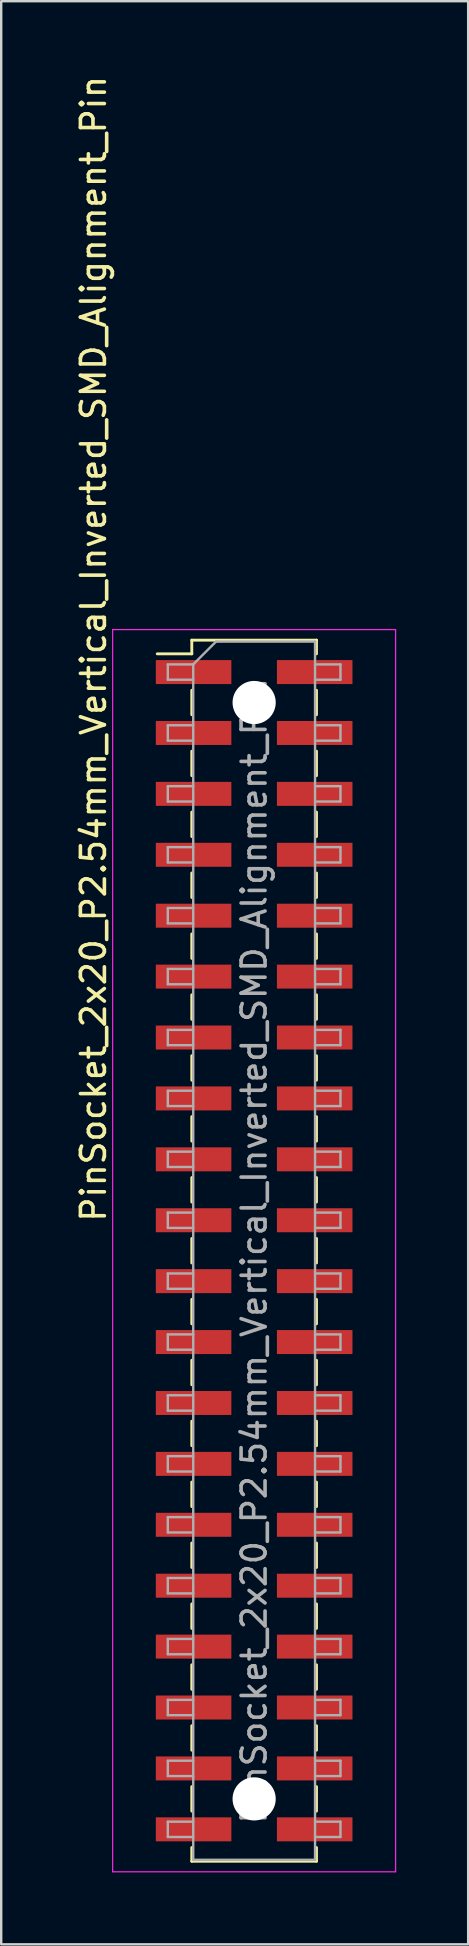
<source format=kicad_pcb>
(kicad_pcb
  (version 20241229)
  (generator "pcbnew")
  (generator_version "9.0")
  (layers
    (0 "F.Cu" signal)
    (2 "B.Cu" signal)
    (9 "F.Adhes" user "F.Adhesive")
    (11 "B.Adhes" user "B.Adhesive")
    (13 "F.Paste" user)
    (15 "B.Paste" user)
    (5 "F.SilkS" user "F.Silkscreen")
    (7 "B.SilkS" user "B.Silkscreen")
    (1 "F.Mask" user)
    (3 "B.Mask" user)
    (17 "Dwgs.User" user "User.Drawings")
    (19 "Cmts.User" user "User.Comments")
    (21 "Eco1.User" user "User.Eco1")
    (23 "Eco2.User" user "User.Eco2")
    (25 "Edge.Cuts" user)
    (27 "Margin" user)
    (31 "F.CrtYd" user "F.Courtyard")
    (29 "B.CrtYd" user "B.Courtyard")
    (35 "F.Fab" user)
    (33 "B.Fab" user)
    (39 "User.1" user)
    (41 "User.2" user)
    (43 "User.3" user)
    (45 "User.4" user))
  (footprint "PinSocket_2x20_P2.54mm_Vertical_Inverted_SMD_Alignment_Pin"
    (layer "F.Cu")
    (at 7.548 49.106)
    (property "Reference" "PinSocket_2x20_P2.54mm_Vertical_Inverted_SMD_Alignment_Pin" (at -6.7 -25.1 90) (layer "F.SilkS") (effects (font (size 1 1) (thickness 0.15))))
    (attr smd)
    (fp_line (start -4.04 -24.89) (end -2.6 -24.89) (stroke (width 0.12) (type solid)) (layer "F.SilkS"))
    (fp_line (start -2.6 -25.46) (end -2.6 -24.89) (stroke (width 0.12) (type solid)) (layer "F.SilkS"))
    (fp_line (start -2.6 -25.46) (end 2.6 -25.46) (stroke (width 0.12) (type solid)) (layer "F.SilkS"))
    (fp_line (start -2.6 -23.37) (end -2.6 -22.35) (stroke (width 0.12) (type solid)) (layer "F.SilkS"))
    (fp_line (start -2.6 -20.83) (end -2.6 -19.81) (stroke (width 0.12) (type solid)) (layer "F.SilkS"))
    (fp_line (start -2.6 -18.29) (end -2.6 -17.27) (stroke (width 0.12) (type solid)) (layer "F.SilkS"))
    (fp_line (start -2.6 -15.75) (end -2.6 -14.73) (stroke (width 0.12) (type solid)) (layer "F.SilkS"))
    (fp_line (start -2.6 -13.21) (end -2.6 -12.19) (stroke (width 0.12) (type solid)) (layer "F.SilkS"))
    (fp_line (start -2.6 -10.67) (end -2.6 -9.65) (stroke (width 0.12) (type solid)) (layer "F.SilkS"))
    (fp_line (start -2.6 -8.13) (end -2.6 -7.11) (stroke (width 0.12) (type solid)) (layer "F.SilkS"))
    (fp_line (start -2.6 -5.59) (end -2.6 -4.57) (stroke (width 0.12) (type solid)) (layer "F.SilkS"))
    (fp_line (start -2.6 -3.05) (end -2.6 -2.03) (stroke (width 0.12) (type solid)) (layer "F.SilkS"))
    (fp_line (start -2.6 -0.51) (end -2.6 0.51) (stroke (width 0.12) (type solid)) (layer "F.SilkS"))
    (fp_line (start -2.6 2.03) (end -2.6 3.05) (stroke (width 0.12) (type solid)) (layer "F.SilkS"))
    (fp_line (start -2.6 4.57) (end -2.6 5.59) (stroke (width 0.12) (type solid)) (layer "F.SilkS"))
    (fp_line (start -2.6 7.11) (end -2.6 8.13) (stroke (width 0.12) (type solid)) (layer "F.SilkS"))
    (fp_line (start -2.6 9.65) (end -2.6 10.67) (stroke (width 0.12) (type solid)) (layer "F.SilkS"))
    (fp_line (start -2.6 12.19) (end -2.6 13.21) (stroke (width 0.12) (type solid)) (layer "F.SilkS"))
    (fp_line (start -2.6 14.73) (end -2.6 15.75) (stroke (width 0.12) (type solid)) (layer "F.SilkS"))
    (fp_line (start -2.6 17.27) (end -2.6 18.29) (stroke (width 0.12) (type solid)) (layer "F.SilkS"))
    (fp_line (start -2.6 19.81) (end -2.6 20.83) (stroke (width 0.12) (type solid)) (layer "F.SilkS"))
    (fp_line (start -2.6 22.35) (end -2.6 23.37) (stroke (width 0.12) (type solid)) (layer "F.SilkS"))
    (fp_line (start -2.6 24.89) (end -2.6 25.46) (stroke (width 0.12) (type solid)) (layer "F.SilkS"))
    (fp_line (start -2.6 25.46) (end 2.6 25.46) (stroke (width 0.12) (type solid)) (layer "F.SilkS"))
    (fp_line (start 2.6 -25.46) (end 2.6 -24.89) (stroke (width 0.12) (type solid)) (layer "F.SilkS"))
    (fp_line (start 2.6 -23.37) (end 2.6 -22.35) (stroke (width 0.12) (type solid)) (layer "F.SilkS"))
    (fp_line (start 2.6 -20.83) (end 2.6 -19.81) (stroke (width 0.12) (type solid)) (layer "F.SilkS"))
    (fp_line (start 2.6 -18.29) (end 2.6 -17.27) (stroke (width 0.12) (type solid)) (layer "F.SilkS"))
    (fp_line (start 2.6 -15.75) (end 2.6 -14.73) (stroke (width 0.12) (type solid)) (layer "F.SilkS"))
    (fp_line (start 2.6 -13.21) (end 2.6 -12.19) (stroke (width 0.12) (type solid)) (layer "F.SilkS"))
    (fp_line (start 2.6 -10.67) (end 2.6 -9.65) (stroke (width 0.12) (type solid)) (layer "F.SilkS"))
    (fp_line (start 2.6 -8.13) (end 2.6 -7.11) (stroke (width 0.12) (type solid)) (layer "F.SilkS"))
    (fp_line (start 2.6 -5.59) (end 2.6 -4.57) (stroke (width 0.12) (type solid)) (layer "F.SilkS"))
    (fp_line (start 2.6 -3.05) (end 2.6 -2.03) (stroke (width 0.12) (type solid)) (layer "F.SilkS"))
    (fp_line (start 2.6 -0.51) (end 2.6 0.51) (stroke (width 0.12) (type solid)) (layer "F.SilkS"))
    (fp_line (start 2.6 2.03) (end 2.6 3.05) (stroke (width 0.12) (type solid)) (layer "F.SilkS"))
    (fp_line (start 2.6 4.57) (end 2.6 5.59) (stroke (width 0.12) (type solid)) (layer "F.SilkS"))
    (fp_line (start 2.6 7.11) (end 2.6 8.13) (stroke (width 0.12) (type solid)) (layer "F.SilkS"))
    (fp_line (start 2.6 9.65) (end 2.6 10.67) (stroke (width 0.12) (type solid)) (layer "F.SilkS"))
    (fp_line (start 2.6 12.19) (end 2.6 13.21) (stroke (width 0.12) (type solid)) (layer "F.SilkS"))
    (fp_line (start 2.6 14.73) (end 2.6 15.75) (stroke (width 0.12) (type solid)) (layer "F.SilkS"))
    (fp_line (start 2.6 17.27) (end 2.6 18.29) (stroke (width 0.12) (type solid)) (layer "F.SilkS"))
    (fp_line (start 2.6 19.81) (end 2.6 20.83) (stroke (width 0.12) (type solid)) (layer "F.SilkS"))
    (fp_line (start 2.6 22.35) (end 2.6 23.37) (stroke (width 0.12) (type solid)) (layer "F.SilkS"))
    (fp_line (start 2.6 24.89) (end 2.6 25.46) (stroke (width 0.12) (type solid)) (layer "F.SilkS"))
    (fp_line (start -5.9 -25.9) (end -5.9 25.9) (stroke (width 0.05) (type solid)) (layer "F.CrtYd"))
    (fp_line (start -5.9 25.9) (end 5.9 25.9) (stroke (width 0.05) (type solid)) (layer "F.CrtYd"))
    (fp_line (start 5.9 -25.9) (end -5.9 -25.9) (stroke (width 0.05) (type solid)) (layer "F.CrtYd"))
    (fp_line (start 5.9 25.9) (end 5.9 -25.9) (stroke (width 0.05) (type solid)) (layer "F.CrtYd"))
    (fp_line (start -3.6 -24.45) (end -3.6 -23.81) (stroke (width 0.1) (type solid)) (layer "F.Fab"))
    (fp_line (start -3.6 -23.81) (end -2.54 -23.81) (stroke (width 0.1) (type solid)) (layer "F.Fab"))
    (fp_line (start -3.6 -21.91) (end -3.6 -21.27) (stroke (width 0.1) (type solid)) (layer "F.Fab"))
    (fp_line (start -3.6 -21.27) (end -2.54 -21.27) (stroke (width 0.1) (type solid)) (layer "F.Fab"))
    (fp_line (start -3.6 -19.37) (end -3.6 -18.73) (stroke (width 0.1) (type solid)) (layer "F.Fab"))
    (fp_line (start -3.6 -18.73) (end -2.54 -18.73) (stroke (width 0.1) (type solid)) (layer "F.Fab"))
    (fp_line (start -3.6 -16.83) (end -3.6 -16.19) (stroke (width 0.1) (type solid)) (layer "F.Fab"))
    (fp_line (start -3.6 -16.19) (end -2.54 -16.19) (stroke (width 0.1) (type solid)) (layer "F.Fab"))
    (fp_line (start -3.6 -14.29) (end -3.6 -13.65) (stroke (width 0.1) (type solid)) (layer "F.Fab"))
    (fp_line (start -3.6 -13.65) (end -2.54 -13.65) (stroke (width 0.1) (type solid)) (layer "F.Fab"))
    (fp_line (start -3.6 -11.75) (end -3.6 -11.11) (stroke (width 0.1) (type solid)) (layer "F.Fab"))
    (fp_line (start -3.6 -11.11) (end -2.54 -11.11) (stroke (width 0.1) (type solid)) (layer "F.Fab"))
    (fp_line (start -3.6 -9.21) (end -3.6 -8.57) (stroke (width 0.1) (type solid)) (layer "F.Fab"))
    (fp_line (start -3.6 -8.57) (end -2.54 -8.57) (stroke (width 0.1) (type solid)) (layer "F.Fab"))
    (fp_line (start -3.6 -6.67) (end -3.6 -6.03) (stroke (width 0.1) (type solid)) (layer "F.Fab"))
    (fp_line (start -3.6 -6.03) (end -2.54 -6.03) (stroke (width 0.1) (type solid)) (layer "F.Fab"))
    (fp_line (start -3.6 -4.13) (end -3.6 -3.49) (stroke (width 0.1) (type solid)) (layer "F.Fab"))
    (fp_line (start -3.6 -3.49) (end -2.54 -3.49) (stroke (width 0.1) (type solid)) (layer "F.Fab"))
    (fp_line (start -3.6 -1.59) (end -3.6 -0.95) (stroke (width 0.1) (type solid)) (layer "F.Fab"))
    (fp_line (start -3.6 -0.95) (end -2.54 -0.95) (stroke (width 0.1) (type solid)) (layer "F.Fab"))
    (fp_line (start -3.6 0.95) (end -3.6 1.59) (stroke (width 0.1) (type solid)) (layer "F.Fab"))
    (fp_line (start -3.6 1.59) (end -2.54 1.59) (stroke (width 0.1) (type solid)) (layer "F.Fab"))
    (fp_line (start -3.6 3.49) (end -3.6 4.13) (stroke (width 0.1) (type solid)) (layer "F.Fab"))
    (fp_line (start -3.6 4.13) (end -2.54 4.13) (stroke (width 0.1) (type solid)) (layer "F.Fab"))
    (fp_line (start -3.6 6.03) (end -3.6 6.67) (stroke (width 0.1) (type solid)) (layer "F.Fab"))
    (fp_line (start -3.6 6.67) (end -2.54 6.67) (stroke (width 0.1) (type solid)) (layer "F.Fab"))
    (fp_line (start -3.6 8.57) (end -3.6 9.21) (stroke (width 0.1) (type solid)) (layer "F.Fab"))
    (fp_line (start -3.6 9.21) (end -2.54 9.21) (stroke (width 0.1) (type solid)) (layer "F.Fab"))
    (fp_line (start -3.6 11.11) (end -3.6 11.75) (stroke (width 0.1) (type solid)) (layer "F.Fab"))
    (fp_line (start -3.6 11.75) (end -2.54 11.75) (stroke (width 0.1) (type solid)) (layer "F.Fab"))
    (fp_line (start -3.6 13.65) (end -3.6 14.29) (stroke (width 0.1) (type solid)) (layer "F.Fab"))
    (fp_line (start -3.6 14.29) (end -2.54 14.29) (stroke (width 0.1) (type solid)) (layer "F.Fab"))
    (fp_line (start -3.6 16.19) (end -3.6 16.83) (stroke (width 0.1) (type solid)) (layer "F.Fab"))
    (fp_line (start -3.6 16.83) (end -2.54 16.83) (stroke (width 0.1) (type solid)) (layer "F.Fab"))
    (fp_line (start -3.6 18.73) (end -3.6 19.37) (stroke (width 0.1) (type solid)) (layer "F.Fab"))
    (fp_line (start -3.6 19.37) (end -2.54 19.37) (stroke (width 0.1) (type solid)) (layer "F.Fab"))
    (fp_line (start -3.6 21.27) (end -3.6 21.91) (stroke (width 0.1) (type solid)) (layer "F.Fab"))
    (fp_line (start -3.6 21.91) (end -2.54 21.91) (stroke (width 0.1) (type solid)) (layer "F.Fab"))
    (fp_line (start -3.6 23.81) (end -3.6 24.45) (stroke (width 0.1) (type solid)) (layer "F.Fab"))
    (fp_line (start -3.6 24.45) (end -2.54 24.45) (stroke (width 0.1) (type solid)) (layer "F.Fab"))
    (fp_line (start -2.54 -24.45) (end -3.6 -24.45) (stroke (width 0.1) (type solid)) (layer "F.Fab"))
    (fp_line (start -2.54 -24.45) (end -1.59 -25.4) (stroke (width 0.1) (type solid)) (layer "F.Fab"))
    (fp_line (start -2.54 -21.91) (end -3.6 -21.91) (stroke (width 0.1) (type solid)) (layer "F.Fab"))
    (fp_line (start -2.54 -19.37) (end -3.6 -19.37) (stroke (width 0.1) (type solid)) (layer "F.Fab"))
    (fp_line (start -2.54 -16.83) (end -3.6 -16.83) (stroke (width 0.1) (type solid)) (layer "F.Fab"))
    (fp_line (start -2.54 -14.29) (end -3.6 -14.29) (stroke (width 0.1) (type solid)) (layer "F.Fab"))
    (fp_line (start -2.54 -11.75) (end -3.6 -11.75) (stroke (width 0.1) (type solid)) (layer "F.Fab"))
    (fp_line (start -2.54 -9.21) (end -3.6 -9.21) (stroke (width 0.1) (type solid)) (layer "F.Fab"))
    (fp_line (start -2.54 -6.67) (end -3.6 -6.67) (stroke (width 0.1) (type solid)) (layer "F.Fab"))
    (fp_line (start -2.54 -4.13) (end -3.6 -4.13) (stroke (width 0.1) (type solid)) (layer "F.Fab"))
    (fp_line (start -2.54 -1.59) (end -3.6 -1.59) (stroke (width 0.1) (type solid)) (layer "F.Fab"))
    (fp_line (start -2.54 0.95) (end -3.6 0.95) (stroke (width 0.1) (type solid)) (layer "F.Fab"))
    (fp_line (start -2.54 3.49) (end -3.6 3.49) (stroke (width 0.1) (type solid)) (layer "F.Fab"))
    (fp_line (start -2.54 6.03) (end -3.6 6.03) (stroke (width 0.1) (type solid)) (layer "F.Fab"))
    (fp_line (start -2.54 8.57) (end -3.6 8.57) (stroke (width 0.1) (type solid)) (layer "F.Fab"))
    (fp_line (start -2.54 11.11) (end -3.6 11.11) (stroke (width 0.1) (type solid)) (layer "F.Fab"))
    (fp_line (start -2.54 13.65) (end -3.6 13.65) (stroke (width 0.1) (type solid)) (layer "F.Fab"))
    (fp_line (start -2.54 16.19) (end -3.6 16.19) (stroke (width 0.1) (type solid)) (layer "F.Fab"))
    (fp_line (start -2.54 18.73) (end -3.6 18.73) (stroke (width 0.1) (type solid)) (layer "F.Fab"))
    (fp_line (start -2.54 21.27) (end -3.6 21.27) (stroke (width 0.1) (type solid)) (layer "F.Fab"))
    (fp_line (start -2.54 23.81) (end -3.6 23.81) (stroke (width 0.1) (type solid)) (layer "F.Fab"))
    (fp_line (start -2.54 25.4) (end -2.54 -24.45) (stroke (width 0.1) (type solid)) (layer "F.Fab"))
    (fp_line (start -1.59 -25.4) (end 2.54 -25.4) (stroke (width 0.1) (type solid)) (layer "F.Fab"))
    (fp_line (start 2.54 -25.4) (end 2.54 25.4) (stroke (width 0.1) (type solid)) (layer "F.Fab"))
    (fp_line (start 2.54 -24.45) (end 3.6 -24.45) (stroke (width 0.1) (type solid)) (layer "F.Fab"))
    (fp_line (start 2.54 -21.91) (end 3.6 -21.91) (stroke (width 0.1) (type solid)) (layer "F.Fab"))
    (fp_line (start 2.54 -19.37) (end 3.6 -19.37) (stroke (width 0.1) (type solid)) (layer "F.Fab"))
    (fp_line (start 2.54 -16.83) (end 3.6 -16.83) (stroke (width 0.1) (type solid)) (layer "F.Fab"))
    (fp_line (start 2.54 -14.29) (end 3.6 -14.29) (stroke (width 0.1) (type solid)) (layer "F.Fab"))
    (fp_line (start 2.54 -11.75) (end 3.6 -11.75) (stroke (width 0.1) (type solid)) (layer "F.Fab"))
    (fp_line (start 2.54 -9.21) (end 3.6 -9.21) (stroke (width 0.1) (type solid)) (layer "F.Fab"))
    (fp_line (start 2.54 -6.67) (end 3.6 -6.67) (stroke (width 0.1) (type solid)) (layer "F.Fab"))
    (fp_line (start 2.54 -4.13) (end 3.6 -4.13) (stroke (width 0.1) (type solid)) (layer "F.Fab"))
    (fp_line (start 2.54 -1.59) (end 3.6 -1.59) (stroke (width 0.1) (type solid)) (layer "F.Fab"))
    (fp_line (start 2.54 0.95) (end 3.6 0.95) (stroke (width 0.1) (type solid)) (layer "F.Fab"))
    (fp_line (start 2.54 3.49) (end 3.6 3.49) (stroke (width 0.1) (type solid)) (layer "F.Fab"))
    (fp_line (start 2.54 6.03) (end 3.6 6.03) (stroke (width 0.1) (type solid)) (layer "F.Fab"))
    (fp_line (start 2.54 8.57) (end 3.6 8.57) (stroke (width 0.1) (type solid)) (layer "F.Fab"))
    (fp_line (start 2.54 11.11) (end 3.6 11.11) (stroke (width 0.1) (type solid)) (layer "F.Fab"))
    (fp_line (start 2.54 13.65) (end 3.6 13.65) (stroke (width 0.1) (type solid)) (layer "F.Fab"))
    (fp_line (start 2.54 16.19) (end 3.6 16.19) (stroke (width 0.1) (type solid)) (layer "F.Fab"))
    (fp_line (start 2.54 18.73) (end 3.6 18.73) (stroke (width 0.1) (type solid)) (layer "F.Fab"))
    (fp_line (start 2.54 21.27) (end 3.6 21.27) (stroke (width 0.1) (type solid)) (layer "F.Fab"))
    (fp_line (start 2.54 23.81) (end 3.6 23.81) (stroke (width 0.1) (type solid)) (layer "F.Fab"))
    (fp_line (start 2.54 25.4) (end -2.54 25.4) (stroke (width 0.1) (type solid)) (layer "F.Fab"))
    (fp_line (start 3.6 -24.45) (end 3.6 -23.81) (stroke (width 0.1) (type solid)) (layer "F.Fab"))
    (fp_line (start 3.6 -23.81) (end 2.54 -23.81) (stroke (width 0.1) (type solid)) (layer "F.Fab"))
    (fp_line (start 3.6 -21.91) (end 3.6 -21.27) (stroke (width 0.1) (type solid)) (layer "F.Fab"))
    (fp_line (start 3.6 -21.27) (end 2.54 -21.27) (stroke (width 0.1) (type solid)) (layer "F.Fab"))
    (fp_line (start 3.6 -19.37) (end 3.6 -18.73) (stroke (width 0.1) (type solid)) (layer "F.Fab"))
    (fp_line (start 3.6 -18.73) (end 2.54 -18.73) (stroke (width 0.1) (type solid)) (layer "F.Fab"))
    (fp_line (start 3.6 -16.83) (end 3.6 -16.19) (stroke (width 0.1) (type solid)) (layer "F.Fab"))
    (fp_line (start 3.6 -16.19) (end 2.54 -16.19) (stroke (width 0.1) (type solid)) (layer "F.Fab"))
    (fp_line (start 3.6 -14.29) (end 3.6 -13.65) (stroke (width 0.1) (type solid)) (layer "F.Fab"))
    (fp_line (start 3.6 -13.65) (end 2.54 -13.65) (stroke (width 0.1) (type solid)) (layer "F.Fab"))
    (fp_line (start 3.6 -11.75) (end 3.6 -11.11) (stroke (width 0.1) (type solid)) (layer "F.Fab"))
    (fp_line (start 3.6 -11.11) (end 2.54 -11.11) (stroke (width 0.1) (type solid)) (layer "F.Fab"))
    (fp_line (start 3.6 -9.21) (end 3.6 -8.57) (stroke (width 0.1) (type solid)) (layer "F.Fab"))
    (fp_line (start 3.6 -8.57) (end 2.54 -8.57) (stroke (width 0.1) (type solid)) (layer "F.Fab"))
    (fp_line (start 3.6 -6.67) (end 3.6 -6.03) (stroke (width 0.1) (type solid)) (layer "F.Fab"))
    (fp_line (start 3.6 -6.03) (end 2.54 -6.03) (stroke (width 0.1) (type solid)) (layer "F.Fab"))
    (fp_line (start 3.6 -4.13) (end 3.6 -3.49) (stroke (width 0.1) (type solid)) (layer "F.Fab"))
    (fp_line (start 3.6 -3.49) (end 2.54 -3.49) (stroke (width 0.1) (type solid)) (layer "F.Fab"))
    (fp_line (start 3.6 -1.59) (end 3.6 -0.95) (stroke (width 0.1) (type solid)) (layer "F.Fab"))
    (fp_line (start 3.6 -0.95) (end 2.54 -0.95) (stroke (width 0.1) (type solid)) (layer "F.Fab"))
    (fp_line (start 3.6 0.95) (end 3.6 1.59) (stroke (width 0.1) (type solid)) (layer "F.Fab"))
    (fp_line (start 3.6 1.59) (end 2.54 1.59) (stroke (width 0.1) (type solid)) (layer "F.Fab"))
    (fp_line (start 3.6 3.49) (end 3.6 4.13) (stroke (width 0.1) (type solid)) (layer "F.Fab"))
    (fp_line (start 3.6 4.13) (end 2.54 4.13) (stroke (width 0.1) (type solid)) (layer "F.Fab"))
    (fp_line (start 3.6 6.03) (end 3.6 6.67) (stroke (width 0.1) (type solid)) (layer "F.Fab"))
    (fp_line (start 3.6 6.67) (end 2.54 6.67) (stroke (width 0.1) (type solid)) (layer "F.Fab"))
    (fp_line (start 3.6 8.57) (end 3.6 9.21) (stroke (width 0.1) (type solid)) (layer "F.Fab"))
    (fp_line (start 3.6 9.21) (end 2.54 9.21) (stroke (width 0.1) (type solid)) (layer "F.Fab"))
    (fp_line (start 3.6 11.11) (end 3.6 11.75) (stroke (width 0.1) (type solid)) (layer "F.Fab"))
    (fp_line (start 3.6 11.75) (end 2.54 11.75) (stroke (width 0.1) (type solid)) (layer "F.Fab"))
    (fp_line (start 3.6 13.65) (end 3.6 14.29) (stroke (width 0.1) (type solid)) (layer "F.Fab"))
    (fp_line (start 3.6 14.29) (end 2.54 14.29) (stroke (width 0.1) (type solid)) (layer "F.Fab"))
    (fp_line (start 3.6 16.19) (end 3.6 16.83) (stroke (width 0.1) (type solid)) (layer "F.Fab"))
    (fp_line (start 3.6 16.83) (end 2.54 16.83) (stroke (width 0.1) (type solid)) (layer "F.Fab"))
    (fp_line (start 3.6 18.73) (end 3.6 19.37) (stroke (width 0.1) (type solid)) (layer "F.Fab"))
    (fp_line (start 3.6 19.37) (end 2.54 19.37) (stroke (width 0.1) (type solid)) (layer "F.Fab"))
    (fp_line (start 3.6 21.27) (end 3.6 21.91) (stroke (width 0.1) (type solid)) (layer "F.Fab"))
    (fp_line (start 3.6 21.91) (end 2.54 21.91) (stroke (width 0.1) (type solid)) (layer "F.Fab"))
    (fp_line (start 3.6 23.81) (end 3.6 24.45) (stroke (width 0.1) (type solid)) (layer "F.Fab"))
    (fp_line (start 3.6 24.45) (end 2.54 24.45) (stroke (width 0.1) (type solid)) (layer "F.Fab"))
    (fp_text user "${REFERENCE}" (at 0 0 90) (layer "F.Fab") (effects (font (size 1 1) (thickness 0.15))))
    (pad "" np_thru_hole circle (at 0 -22.86) (size 1.8 1.8) (drill 1.8) (layers "*.Cu" "*.Mask"))
    (pad "" np_thru_hole circle (at 0 22.86) (size 1.8 1.8) (drill 1.8) (layers "*.Cu" "*.Mask"))
    (pad "1" smd rect (at -2.525 -24.13) (size 3.15 1) (layers "F.Cu" "F.Mask" "F.Paste"))
    (pad "2" smd rect (at 2.525 -24.13) (size 3.15 1) (layers "F.Cu" "F.Mask" "F.Paste"))
    (pad "3" smd rect (at -2.525 -21.59) (size 3.15 1) (layers "F.Cu" "F.Mask" "F.Paste"))
    (pad "4" smd rect (at 2.525 -21.59) (size 3.15 1) (layers "F.Cu" "F.Mask" "F.Paste"))
    (pad "5" smd rect (at -2.525 -19.05) (size 3.15 1) (layers "F.Cu" "F.Mask" "F.Paste"))
    (pad "6" smd rect (at 2.525 -19.05) (size 3.15 1) (layers "F.Cu" "F.Mask" "F.Paste"))
    (pad "7" smd rect (at -2.525 -16.51) (size 3.15 1) (layers "F.Cu" "F.Mask" "F.Paste"))
    (pad "8" smd rect (at 2.525 -16.51) (size 3.15 1) (layers "F.Cu" "F.Mask" "F.Paste"))
    (pad "9" smd rect (at -2.525 -13.97) (size 3.15 1) (layers "F.Cu" "F.Mask" "F.Paste"))
    (pad "10" smd rect (at 2.525 -13.97) (size 3.15 1) (layers "F.Cu" "F.Mask" "F.Paste"))
    (pad "11" smd rect (at -2.525 -11.43) (size 3.15 1) (layers "F.Cu" "F.Mask" "F.Paste"))
    (pad "12" smd rect (at 2.525 -11.43) (size 3.15 1) (layers "F.Cu" "F.Mask" "F.Paste"))
    (pad "13" smd rect (at -2.525 -8.89) (size 3.15 1) (layers "F.Cu" "F.Mask" "F.Paste"))
    (pad "14" smd rect (at 2.525 -8.89) (size 3.15 1) (layers "F.Cu" "F.Mask" "F.Paste"))
    (pad "15" smd rect (at -2.525 -6.35) (size 3.15 1) (layers "F.Cu" "F.Mask" "F.Paste"))
    (pad "16" smd rect (at 2.525 -6.35) (size 3.15 1) (layers "F.Cu" "F.Mask" "F.Paste"))
    (pad "17" smd rect (at -2.525 -3.81) (size 3.15 1) (layers "F.Cu" "F.Mask" "F.Paste"))
    (pad "18" smd rect (at 2.525 -3.81) (size 3.15 1) (layers "F.Cu" "F.Mask" "F.Paste"))
    (pad "19" smd rect (at -2.525 -1.27) (size 3.15 1) (layers "F.Cu" "F.Mask" "F.Paste"))
    (pad "20" smd rect (at 2.525 -1.27) (size 3.15 1) (layers "F.Cu" "F.Mask" "F.Paste"))
    (pad "21" smd rect (at -2.525 1.27) (size 3.15 1) (layers "F.Cu" "F.Mask" "F.Paste"))
    (pad "22" smd rect (at 2.525 1.27) (size 3.15 1) (layers "F.Cu" "F.Mask" "F.Paste"))
    (pad "23" smd rect (at -2.525 3.81) (size 3.15 1) (layers "F.Cu" "F.Mask" "F.Paste"))
    (pad "24" smd rect (at 2.525 3.81) (size 3.15 1) (layers "F.Cu" "F.Mask" "F.Paste"))
    (pad "25" smd rect (at -2.525 6.35) (size 3.15 1) (layers "F.Cu" "F.Mask" "F.Paste"))
    (pad "26" smd rect (at 2.525 6.35) (size 3.15 1) (layers "F.Cu" "F.Mask" "F.Paste"))
    (pad "27" smd rect (at -2.525 8.89) (size 3.15 1) (layers "F.Cu" "F.Mask" "F.Paste"))
    (pad "28" smd rect (at 2.525 8.89) (size 3.15 1) (layers "F.Cu" "F.Mask" "F.Paste"))
    (pad "29" smd rect (at -2.525 11.43) (size 3.15 1) (layers "F.Cu" "F.Mask" "F.Paste"))
    (pad "30" smd rect (at 2.525 11.43) (size 3.15 1) (layers "F.Cu" "F.Mask" "F.Paste"))
    (pad "31" smd rect (at -2.525 13.97) (size 3.15 1) (layers "F.Cu" "F.Mask" "F.Paste"))
    (pad "32" smd rect (at 2.525 13.97) (size 3.15 1) (layers "F.Cu" "F.Mask" "F.Paste"))
    (pad "33" smd rect (at -2.525 16.51) (size 3.15 1) (layers "F.Cu" "F.Mask" "F.Paste"))
    (pad "34" smd rect (at 2.525 16.51) (size 3.15 1) (layers "F.Cu" "F.Mask" "F.Paste"))
    (pad "35" smd rect (at -2.525 19.05) (size 3.15 1) (layers "F.Cu" "F.Mask" "F.Paste"))
    (pad "36" smd rect (at 2.525 19.05) (size 3.15 1) (layers "F.Cu" "F.Mask" "F.Paste"))
    (pad "37" smd rect (at -2.525 21.59) (size 3.15 1) (layers "F.Cu" "F.Mask" "F.Paste"))
    (pad "38" smd rect (at 2.525 21.59) (size 3.15 1) (layers "F.Cu" "F.Mask" "F.Paste"))
    (pad "39" smd rect (at -2.525 24.13) (size 3.15 1) (layers "F.Cu" "F.Mask" "F.Paste"))
    (pad "40" smd rect (at 2.525 24.13) (size 3.15 1) (layers "F.Cu" "F.Mask" "F.Paste")))
  (gr_rect
    (start -3 -3)
    (end 16.473 78.031)
    (stroke (width 0.1) (type default))
    (fill no)
    (layer "Edge.Cuts")))
</source>
